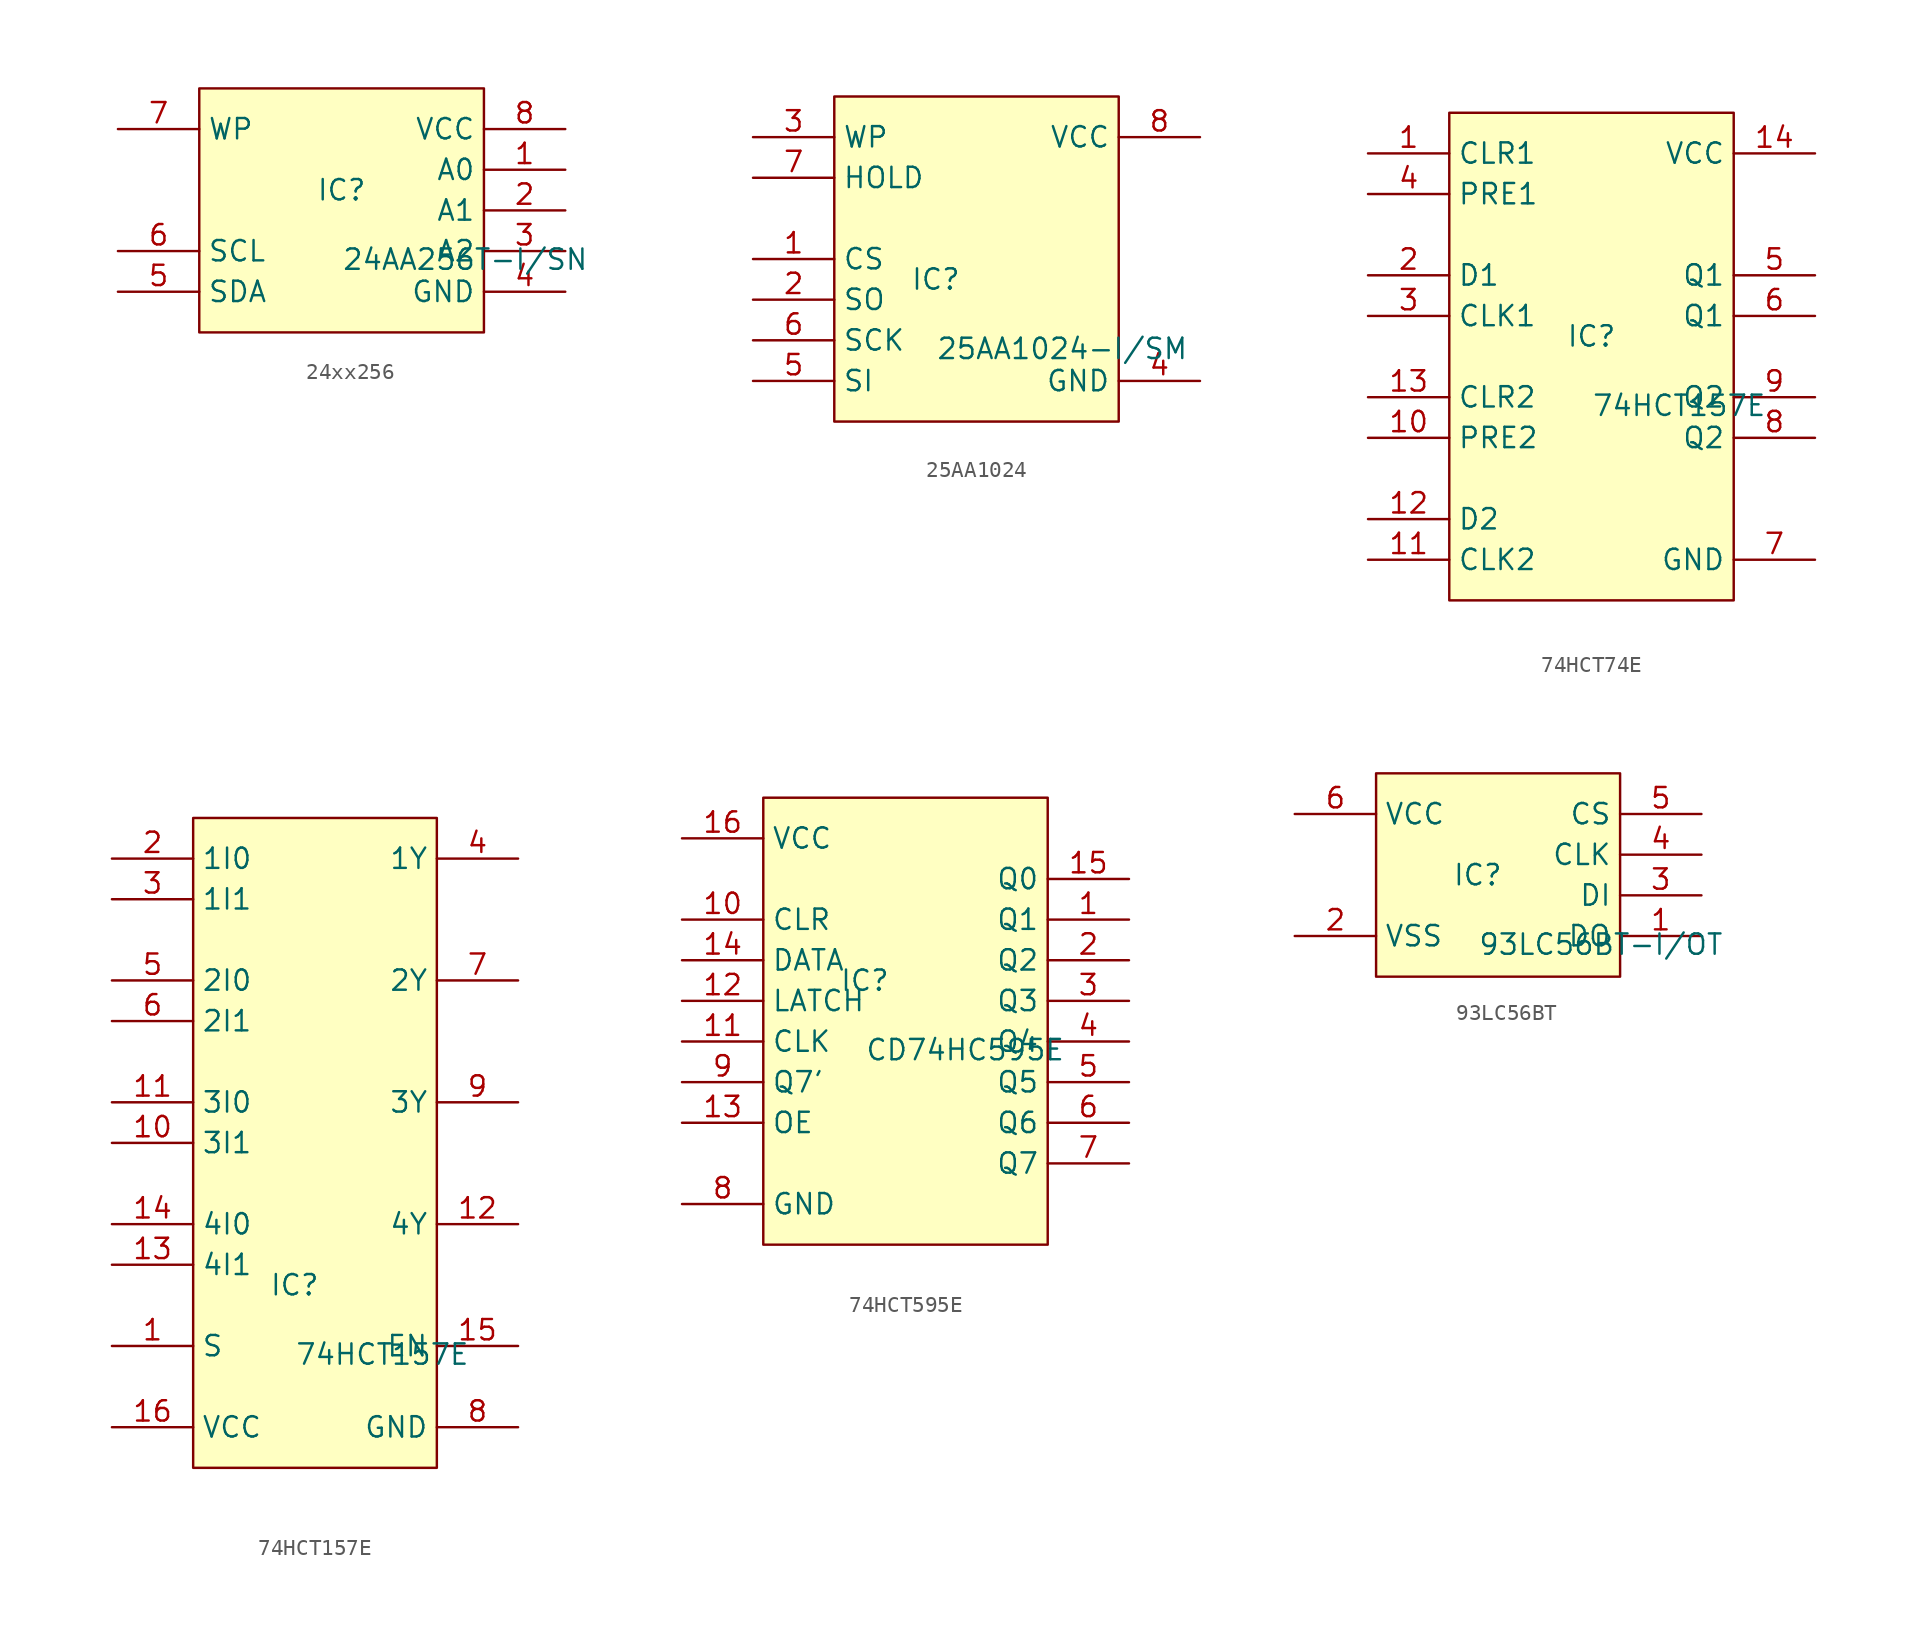
<source format=kicad_sym>
(kicad_symbol_lib
  (version 20231120)
  (generator "kicad_symbol_editor")
  (generator_version "8.0")
  (symbol "24xx256"
    (property "Reference" "IC"
      (at -1.27 1.27 0)
      (effects (font (size 1.27 1.27))))
    (property "Value" "24AA256T-I/SN"
      (at -1.27 -3.81 0)
      (effects (font (size 1.27 1.27)) (justify left bottom)))
    (symbol "24xx256_1_0"
      (rectangle (start -10.16 7.62) (end 7.62 -7.62) (stroke (width 0) (type solid) (color 128 0 0 1)) (fill (type background)))
      (pin input line (at 12.7 2.54 180) (length 5.08) (name "A0" (effects (font (size 1.27 1.27)))) (number "1" (effects (font (size 1.27 1.27)))))
      (pin input line (at 12.7 0 180) (length 5.08) (name "A1" (effects (font (size 1.27 1.27)))) (number "2" (effects (font (size 1.27 1.27)))))
      (pin input line (at 12.7 -2.54 180) (length 5.08) (name "A2" (effects (font (size 1.27 1.27)))) (number "3" (effects (font (size 1.27 1.27)))))
      (pin passive line (at 12.7 -5.08 180) (length 5.08) (name "GND" (effects (font (size 1.27 1.27)))) (number "4" (effects (font (size 1.27 1.27)))))
      (pin bidirectional line (at -15.24 -5.08 0) (length 5.08) (name "SDA" (effects (font (size 1.27 1.27)))) (number "5" (effects (font (size 1.27 1.27)))))
      (pin input line (at -15.24 -2.54 0) (length 5.08) (name "SCL" (effects (font (size 1.27 1.27)))) (number "6" (effects (font (size 1.27 1.27)))))
      (pin input line (at -15.24 5.08 0) (length 5.08) (name "WP" (effects (font (size 1.27 1.27)))) (number "7" (effects (font (size 1.27 1.27)))))
      (pin passive line (at 12.7 5.08 180) (length 5.08) (name "VCC" (effects (font (size 1.27 1.27)))) (number "8" (effects (font (size 1.27 1.27)))))))
  (symbol "25AA1024"
    (property "Reference" "IC"
      (at -1.27 1.27 0)
      (effects (font (size 1.27 1.27))))
    (property "Value" "25AA1024-I/SM"
      (at -1.27 -3.81 0)
      (effects (font (size 1.27 1.27)) (justify left bottom)))
    (symbol "25AA1024_1_0"
      (rectangle (start -7.62 12.7) (end 10.16 -7.62) (stroke (width 0) (type solid) (color 128 0 0 1)) (fill (type background)))
      (pin input line (at -12.7 2.54 0) (length 5.08) (name "CS" (effects (font (size 1.27 1.27)))) (number "1" (effects (font (size 1.27 1.27)))))
      (pin output line (at -12.7 0 0) (length 5.08) (name "SO" (effects (font (size 1.27 1.27)))) (number "2" (effects (font (size 1.27 1.27)))))
      (pin input line (at -12.7 10.16 0) (length 5.08) (name "WP" (effects (font (size 1.27 1.27)))) (number "3" (effects (font (size 1.27 1.27)))))
      (pin passive line (at 15.24 -5.08 180) (length 5.08) (name "GND" (effects (font (size 1.27 1.27)))) (number "4" (effects (font (size 1.27 1.27)))))
      (pin input line (at -12.7 -5.08 0) (length 5.08) (name "SI" (effects (font (size 1.27 1.27)))) (number "5" (effects (font (size 1.27 1.27)))))
      (pin input line (at -12.7 -2.54 0) (length 5.08) (name "SCK" (effects (font (size 1.27 1.27)))) (number "6" (effects (font (size 1.27 1.27)))))
      (pin input line (at -12.7 7.62 0) (length 5.08) (name "HOLD" (effects (font (size 1.27 1.27)))) (number "7" (effects (font (size 1.27 1.27)))))
      (pin passive line (at 15.24 10.16 180) (length 5.08) (name "VCC" (effects (font (size 1.27 1.27)))) (number "8" (effects (font (size 1.27 1.27)))))))
  (symbol "74HCT74E"
    (property "Reference" "IC"
      (at -1.27 1.27 0)
      (effects (font (size 1.27 1.27))))
    (property "Value" "74HCT157E"
      (at -1.27 -3.81 0)
      (effects (font (size 1.27 1.27)) (justify left bottom)))
    (symbol "74HCT74E_1_0"
      (rectangle (start -10.16 15.24) (end 7.62 -15.24) (stroke (width 0) (type solid) (color 128 0 0 1)) (fill (type background)))
      (pin input line (at -15.24 12.7 0) (length 5.08) (name "CLR1" (effects (font (size 1.27 1.27)))) (number "1" (effects (font (size 1.27 1.27)))))
      (pin input line (at -15.24 -5.08 0) (length 5.08) (name "PRE2" (effects (font (size 1.27 1.27)))) (number "10" (effects (font (size 1.27 1.27)))))
      (pin input line (at -15.24 -12.7 0) (length 5.08) (name "CLK2" (effects (font (size 1.27 1.27)))) (number "11" (effects (font (size 1.27 1.27)))))
      (pin input line (at -15.24 -10.16 0) (length 5.08) (name "D2" (effects (font (size 1.27 1.27)))) (number "12" (effects (font (size 1.27 1.27)))))
      (pin input line (at -15.24 -2.54 0) (length 5.08) (name "CLR2" (effects (font (size 1.27 1.27)))) (number "13" (effects (font (size 1.27 1.27)))))
      (pin passive line (at 12.7 12.7 180) (length 5.08) (name "VCC" (effects (font (size 1.27 1.27)))) (number "14" (effects (font (size 1.27 1.27)))))
      (pin input line (at -15.24 5.08 0) (length 5.08) (name "D1" (effects (font (size 1.27 1.27)))) (number "2" (effects (font (size 1.27 1.27)))))
      (pin input line (at -15.24 2.54 0) (length 5.08) (name "CLK1" (effects (font (size 1.27 1.27)))) (number "3" (effects (font (size 1.27 1.27)))))
      (pin input line (at -15.24 10.16 0) (length 5.08) (name "PRE1" (effects (font (size 1.27 1.27)))) (number "4" (effects (font (size 1.27 1.27)))))
      (pin output line (at 12.7 5.08 180) (length 5.08) (name "Q1" (effects (font (size 1.27 1.27)))) (number "5" (effects (font (size 1.27 1.27)))))
      (pin output line (at 12.7 2.54 180) (length 5.08) (name "Q1" (effects (font (size 1.27 1.27)))) (number "6" (effects (font (size 1.27 1.27)))))
      (pin passive line (at 12.7 -12.7 180) (length 5.08) (name "GND" (effects (font (size 1.27 1.27)))) (number "7" (effects (font (size 1.27 1.27)))))
      (pin output line (at 12.7 -5.08 180) (length 5.08) (name "Q2" (effects (font (size 1.27 1.27)))) (number "8" (effects (font (size 1.27 1.27)))))
      (pin output line (at 12.7 -2.54 180) (length 5.08) (name "Q2" (effects (font (size 1.27 1.27)))) (number "9" (effects (font (size 1.27 1.27)))))))
  (symbol "74HCT157E"
    (property "Reference" "IC"
      (at -1.27 1.27 0)
      (effects (font (size 1.27 1.27))))
    (property "Value" "74HCT157E"
      (at -1.27 -3.81 0)
      (effects (font (size 1.27 1.27)) (justify left bottom)))
    (symbol "74HCT157E_1_0"
      (rectangle (start -7.62 30.48) (end 7.62 -10.16) (stroke (width 0) (type solid) (color 128 0 0 1)) (fill (type background)))
      (pin input line (at -12.7 -2.54 0) (length 5.08) (name "S" (effects (font (size 1.27 1.27)))) (number "1" (effects (font (size 1.27 1.27)))))
      (pin input line (at -12.7 10.16 0) (length 5.08) (name "3I1" (effects (font (size 1.27 1.27)))) (number "10" (effects (font (size 1.27 1.27)))))
      (pin input line (at -12.7 12.7 0) (length 5.08) (name "3I0" (effects (font (size 1.27 1.27)))) (number "11" (effects (font (size 1.27 1.27)))))
      (pin output line (at 12.7 5.08 180) (length 5.08) (name "4Y" (effects (font (size 1.27 1.27)))) (number "12" (effects (font (size 1.27 1.27)))))
      (pin input line (at -12.7 2.54 0) (length 5.08) (name "4I1" (effects (font (size 1.27 1.27)))) (number "13" (effects (font (size 1.27 1.27)))))
      (pin input line (at -12.7 5.08 0) (length 5.08) (name "4I0" (effects (font (size 1.27 1.27)))) (number "14" (effects (font (size 1.27 1.27)))))
      (pin input line (at 12.7 -2.54 180) (length 5.08) (name "EN" (effects (font (size 1.27 1.27)))) (number "15" (effects (font (size 1.27 1.27)))))
      (pin passive line (at -12.7 -7.62 0) (length 5.08) (name "VCC" (effects (font (size 1.27 1.27)))) (number "16" (effects (font (size 1.27 1.27)))))
      (pin input line (at -12.7 27.94 0) (length 5.08) (name "1I0" (effects (font (size 1.27 1.27)))) (number "2" (effects (font (size 1.27 1.27)))))
      (pin input line (at -12.7 25.4 0) (length 5.08) (name "1I1" (effects (font (size 1.27 1.27)))) (number "3" (effects (font (size 1.27 1.27)))))
      (pin output line (at 12.7 27.94 180) (length 5.08) (name "1Y" (effects (font (size 1.27 1.27)))) (number "4" (effects (font (size 1.27 1.27)))))
      (pin input line (at -12.7 20.32 0) (length 5.08) (name "2I0" (effects (font (size 1.27 1.27)))) (number "5" (effects (font (size 1.27 1.27)))))
      (pin input line (at -12.7 17.78 0) (length 5.08) (name "2I1" (effects (font (size 1.27 1.27)))) (number "6" (effects (font (size 1.27 1.27)))))
      (pin output line (at 12.7 20.32 180) (length 5.08) (name "2Y" (effects (font (size 1.27 1.27)))) (number "7" (effects (font (size 1.27 1.27)))))
      (pin passive line (at 12.7 -7.62 180) (length 5.08) (name "GND" (effects (font (size 1.27 1.27)))) (number "8" (effects (font (size 1.27 1.27)))))
      (pin output line (at 12.7 12.7 180) (length 5.08) (name "3Y" (effects (font (size 1.27 1.27)))) (number "9" (effects (font (size 1.27 1.27)))))))
  (symbol "74HCT595E"
    (property "Reference" "IC"
      (at -1.27 1.27 0)
      (effects (font (size 1.27 1.27))))
    (property "Value" "CD74HC595E"
      (at -1.27 -3.81 0)
      (effects (font (size 1.27 1.27)) (justify left bottom)))
    (symbol "74HCT595E_1_0"
      (rectangle (start -7.62 12.7) (end 10.16 -15.24) (stroke (width 0) (type solid) (color 128 0 0 1)) (fill (type background)))
      (pin output line (at 15.24 5.08 180) (length 5.08) (name "Q1" (effects (font (size 1.27 1.27)))) (number "1" (effects (font (size 1.27 1.27)))))
      (pin input line (at -12.7 5.08 0) (length 5.08) (name "CLR" (effects (font (size 1.27 1.27)))) (number "10" (effects (font (size 1.27 1.27)))))
      (pin input line (at -12.7 -2.54 0) (length 5.08) (name "CLK" (effects (font (size 1.27 1.27)))) (number "11" (effects (font (size 1.27 1.27)))))
      (pin input line (at -12.7 0 0) (length 5.08) (name "LATCH" (effects (font (size 1.27 1.27)))) (number "12" (effects (font (size 1.27 1.27)))))
      (pin input line (at -12.7 -7.62 0) (length 5.08) (name "OE" (effects (font (size 1.27 1.27)))) (number "13" (effects (font (size 1.27 1.27)))))
      (pin input line (at -12.7 2.54 0) (length 5.08) (name "DATA" (effects (font (size 1.27 1.27)))) (number "14" (effects (font (size 1.27 1.27)))))
      (pin output line (at 15.24 7.62 180) (length 5.08) (name "Q0" (effects (font (size 1.27 1.27)))) (number "15" (effects (font (size 1.27 1.27)))))
      (pin passive line (at -12.7 10.16 0) (length 5.08) (name "VCC" (effects (font (size 1.27 1.27)))) (number "16" (effects (font (size 1.27 1.27)))))
      (pin output line (at 15.24 2.54 180) (length 5.08) (name "Q2" (effects (font (size 1.27 1.27)))) (number "2" (effects (font (size 1.27 1.27)))))
      (pin output line (at 15.24 0 180) (length 5.08) (name "Q3" (effects (font (size 1.27 1.27)))) (number "3" (effects (font (size 1.27 1.27)))))
      (pin output line (at 15.24 -2.54 180) (length 5.08) (name "Q4" (effects (font (size 1.27 1.27)))) (number "4" (effects (font (size 1.27 1.27)))))
      (pin output line (at 15.24 -5.08 180) (length 5.08) (name "Q5" (effects (font (size 1.27 1.27)))) (number "5" (effects (font (size 1.27 1.27)))))
      (pin output line (at 15.24 -7.62 180) (length 5.08) (name "Q6" (effects (font (size 1.27 1.27)))) (number "6" (effects (font (size 1.27 1.27)))))
      (pin output line (at 15.24 -10.16 180) (length 5.08) (name "Q7" (effects (font (size 1.27 1.27)))) (number "7" (effects (font (size 1.27 1.27)))))
      (pin passive line (at -12.7 -12.7 0) (length 5.08) (name "GND" (effects (font (size 1.27 1.27)))) (number "8" (effects (font (size 1.27 1.27)))))
      (pin output line (at -12.7 -5.08 0) (length 5.08) (name "Q7'" (effects (font (size 1.27 1.27)))) (number "9" (effects (font (size 1.27 1.27)))))))
  (symbol "93LC56BT"
    (property "Reference" "IC"
      (at -1.27 1.27 0)
      (effects (font (size 1.27 1.27))))
    (property "Value" "93LC56BT-I/OT"
      (at -1.27 -3.81 0)
      (effects (font (size 1.27 1.27)) (justify left bottom)))
    (symbol "93LC56BT_1_0"
      (rectangle (start -7.62 7.62) (end 7.62 -5.08) (stroke (width 0) (type solid) (color 128 0 0 1)) (fill (type background)))
      (pin output line (at 12.7 -2.54 180) (length 5.08) (name "DO" (effects (font (size 1.27 1.27)))) (number "1" (effects (font (size 1.27 1.27)))))
      (pin passive line (at -12.7 -2.54 0) (length 5.08) (name "VSS" (effects (font (size 1.27 1.27)))) (number "2" (effects (font (size 1.27 1.27)))))
      (pin input line (at 12.7 0 180) (length 5.08) (name "DI" (effects (font (size 1.27 1.27)))) (number "3" (effects (font (size 1.27 1.27)))))
      (pin input line (at 12.7 2.54 180) (length 5.08) (name "CLK" (effects (font (size 1.27 1.27)))) (number "4" (effects (font (size 1.27 1.27)))))
      (pin input line (at 12.7 5.08 180) (length 5.08) (name "CS" (effects (font (size 1.27 1.27)))) (number "5" (effects (font (size 1.27 1.27)))))
      (pin passive line (at -12.7 5.08 0) (length 5.08) (name "VCC" (effects (font (size 1.27 1.27)))) (number "6" (effects (font (size 1.27 1.27))))))))
</source>
